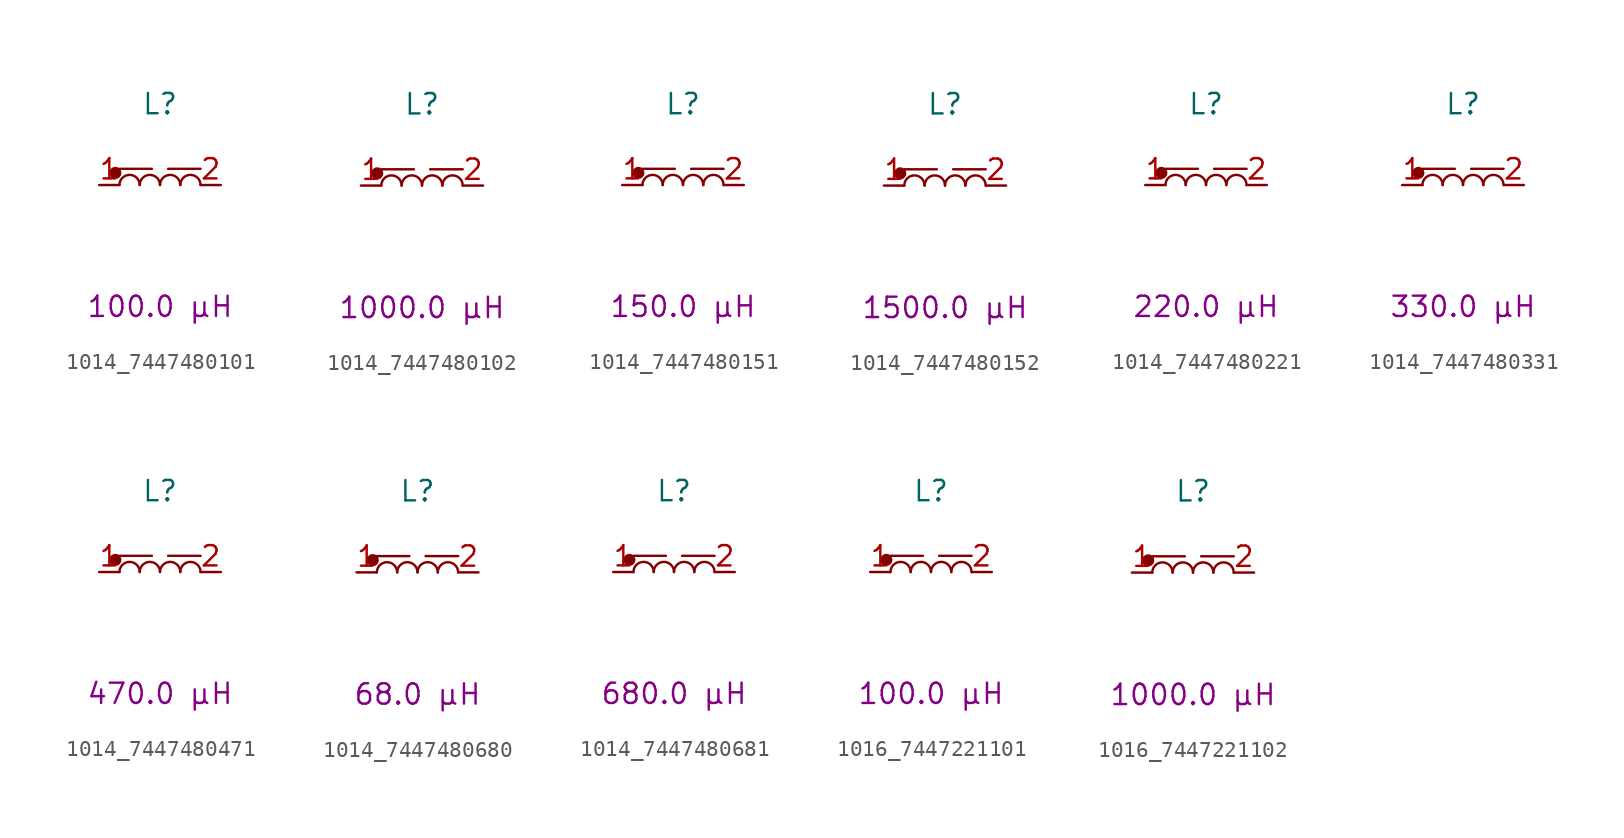
<source format=kicad_sym>
(kicad_symbol_lib
  (version 20220914)
  (generator kicad_symbol_editor)
  (symbol "1014_7447480101"
    (pin_names hide)
    (property "Reference" "L"
      (at 0 5.08 0)
      (effects (font (size 1.27 1.27))))
    (property "Critical Parameter" "100.0 µH"
      (at 0 -7.62 0)
      (effects (font (size 1.27 1.27))))
    (symbol "1014_7447480101_0_1"
      (arc (start -1.27 0) (mid -1.905 0.6323) (end -2.54 0) (stroke (width 0) (type default)) (fill (type none)))
      (arc (start 0 0) (mid -0.635 0.6323) (end -1.27 0) (stroke (width 0) (type default)) (fill (type none)))
      (polyline (pts (xy -2.54 1.016) (xy -0.508 1.016)) (stroke (width 0) (type default)) (fill (type none)))
      (arc (start 1.27 0) (mid 0.635 0.6323) (end 0 0) (stroke (width 0) (type default)) (fill (type none)))
      (arc (start 2.54 0) (mid 1.905 0.6323) (end 1.27 0) (stroke (width 0) (type default)) (fill (type none))))
    (symbol "1014_7447480101_1_1"
      (circle (center -2.794 0.762) (radius 0.0001) (stroke (width 0.381) (type default)) (fill (type none)))
      (polyline (pts (xy 2.54 1.016) (xy 0.508 1.016)) (stroke (width 0) (type default)) (fill (type none)))
      (pin passive line (at -3.81 0 0) (length 1.27) (name "1" (effects (font (size 1.27 1.27)))) (number "1" (effects (font (size 1.27 1.27)))))
      (pin passive line (at 3.81 0 180) (length 1.27) (name "2" (effects (font (size 1.27 1.27)))) (number "2" (effects (font (size 1.27 1.27)))))))
  (symbol "1014_7447480102"
    (pin_names hide)
    (property "Reference" "L"
      (at 0 5.08 0)
      (effects (font (size 1.27 1.27))))
    (property "Critical Parameter" "1000.0 µH"
      (at 0 -7.62 0)
      (effects (font (size 1.27 1.27))))
    (symbol "1014_7447480102_0_1"
      (arc (start -1.27 0) (mid -1.905 0.6323) (end -2.54 0) (stroke (width 0) (type default)) (fill (type none)))
      (arc (start 0 0) (mid -0.635 0.6323) (end -1.27 0) (stroke (width 0) (type default)) (fill (type none)))
      (polyline (pts (xy -2.54 1.016) (xy -0.508 1.016)) (stroke (width 0) (type default)) (fill (type none)))
      (arc (start 1.27 0) (mid 0.635 0.6323) (end 0 0) (stroke (width 0) (type default)) (fill (type none)))
      (arc (start 2.54 0) (mid 1.905 0.6323) (end 1.27 0) (stroke (width 0) (type default)) (fill (type none))))
    (symbol "1014_7447480102_1_1"
      (circle (center -2.794 0.762) (radius 0.0001) (stroke (width 0.381) (type default)) (fill (type none)))
      (polyline (pts (xy 2.54 1.016) (xy 0.508 1.016)) (stroke (width 0) (type default)) (fill (type none)))
      (pin passive line (at -3.81 0 0) (length 1.27) (name "1" (effects (font (size 1.27 1.27)))) (number "1" (effects (font (size 1.27 1.27)))))
      (pin passive line (at 3.81 0 180) (length 1.27) (name "2" (effects (font (size 1.27 1.27)))) (number "2" (effects (font (size 1.27 1.27)))))))
  (symbol "1014_7447480151"
    (pin_names hide)
    (property "Reference" "L"
      (at 0 5.08 0)
      (effects (font (size 1.27 1.27))))
    (property "Critical Parameter" "150.0 µH"
      (at 0 -7.62 0)
      (effects (font (size 1.27 1.27))))
    (symbol "1014_7447480151_0_1"
      (arc (start -1.27 0) (mid -1.905 0.6323) (end -2.54 0) (stroke (width 0) (type default)) (fill (type none)))
      (arc (start 0 0) (mid -0.635 0.6323) (end -1.27 0) (stroke (width 0) (type default)) (fill (type none)))
      (polyline (pts (xy -2.54 1.016) (xy -0.508 1.016)) (stroke (width 0) (type default)) (fill (type none)))
      (arc (start 1.27 0) (mid 0.635 0.6323) (end 0 0) (stroke (width 0) (type default)) (fill (type none)))
      (arc (start 2.54 0) (mid 1.905 0.6323) (end 1.27 0) (stroke (width 0) (type default)) (fill (type none))))
    (symbol "1014_7447480151_1_1"
      (circle (center -2.794 0.762) (radius 0.0001) (stroke (width 0.381) (type default)) (fill (type none)))
      (polyline (pts (xy 2.54 1.016) (xy 0.508 1.016)) (stroke (width 0) (type default)) (fill (type none)))
      (pin passive line (at -3.81 0 0) (length 1.27) (name "1" (effects (font (size 1.27 1.27)))) (number "1" (effects (font (size 1.27 1.27)))))
      (pin passive line (at 3.81 0 180) (length 1.27) (name "2" (effects (font (size 1.27 1.27)))) (number "2" (effects (font (size 1.27 1.27)))))))
  (symbol "1014_7447480152"
    (pin_names hide)
    (property "Reference" "L"
      (at 0 5.08 0)
      (effects (font (size 1.27 1.27))))
    (property "Critical Parameter" "1500.0 µH"
      (at 0 -7.62 0)
      (effects (font (size 1.27 1.27))))
    (symbol "1014_7447480152_0_1"
      (arc (start -1.27 0) (mid -1.905 0.6323) (end -2.54 0) (stroke (width 0) (type default)) (fill (type none)))
      (arc (start 0 0) (mid -0.635 0.6323) (end -1.27 0) (stroke (width 0) (type default)) (fill (type none)))
      (polyline (pts (xy -2.54 1.016) (xy -0.508 1.016)) (stroke (width 0) (type default)) (fill (type none)))
      (arc (start 1.27 0) (mid 0.635 0.6323) (end 0 0) (stroke (width 0) (type default)) (fill (type none)))
      (arc (start 2.54 0) (mid 1.905 0.6323) (end 1.27 0) (stroke (width 0) (type default)) (fill (type none))))
    (symbol "1014_7447480152_1_1"
      (circle (center -2.794 0.762) (radius 0.0001) (stroke (width 0.381) (type default)) (fill (type none)))
      (polyline (pts (xy 2.54 1.016) (xy 0.508 1.016)) (stroke (width 0) (type default)) (fill (type none)))
      (pin passive line (at -3.81 0 0) (length 1.27) (name "1" (effects (font (size 1.27 1.27)))) (number "1" (effects (font (size 1.27 1.27)))))
      (pin passive line (at 3.81 0 180) (length 1.27) (name "2" (effects (font (size 1.27 1.27)))) (number "2" (effects (font (size 1.27 1.27)))))))
  (symbol "1014_7447480221"
    (pin_names hide)
    (property "Reference" "L"
      (at 0 5.08 0)
      (effects (font (size 1.27 1.27))))
    (property "Critical Parameter" "220.0 µH"
      (at 0 -7.62 0)
      (effects (font (size 1.27 1.27))))
    (symbol "1014_7447480221_0_1"
      (arc (start -1.27 0) (mid -1.905 0.6323) (end -2.54 0) (stroke (width 0) (type default)) (fill (type none)))
      (arc (start 0 0) (mid -0.635 0.6323) (end -1.27 0) (stroke (width 0) (type default)) (fill (type none)))
      (polyline (pts (xy -2.54 1.016) (xy -0.508 1.016)) (stroke (width 0) (type default)) (fill (type none)))
      (arc (start 1.27 0) (mid 0.635 0.6323) (end 0 0) (stroke (width 0) (type default)) (fill (type none)))
      (arc (start 2.54 0) (mid 1.905 0.6323) (end 1.27 0) (stroke (width 0) (type default)) (fill (type none))))
    (symbol "1014_7447480221_1_1"
      (circle (center -2.794 0.762) (radius 0.0001) (stroke (width 0.381) (type default)) (fill (type none)))
      (polyline (pts (xy 2.54 1.016) (xy 0.508 1.016)) (stroke (width 0) (type default)) (fill (type none)))
      (pin passive line (at -3.81 0 0) (length 1.27) (name "1" (effects (font (size 1.27 1.27)))) (number "1" (effects (font (size 1.27 1.27)))))
      (pin passive line (at 3.81 0 180) (length 1.27) (name "2" (effects (font (size 1.27 1.27)))) (number "2" (effects (font (size 1.27 1.27)))))))
  (symbol "1014_7447480331"
    (pin_names hide)
    (property "Reference" "L"
      (at 0 5.08 0)
      (effects (font (size 1.27 1.27))))
    (property "Critical Parameter" "330.0 µH"
      (at 0 -7.62 0)
      (effects (font (size 1.27 1.27))))
    (symbol "1014_7447480331_0_1"
      (arc (start -1.27 0) (mid -1.905 0.6323) (end -2.54 0) (stroke (width 0) (type default)) (fill (type none)))
      (arc (start 0 0) (mid -0.635 0.6323) (end -1.27 0) (stroke (width 0) (type default)) (fill (type none)))
      (polyline (pts (xy -2.54 1.016) (xy -0.508 1.016)) (stroke (width 0) (type default)) (fill (type none)))
      (arc (start 1.27 0) (mid 0.635 0.6323) (end 0 0) (stroke (width 0) (type default)) (fill (type none)))
      (arc (start 2.54 0) (mid 1.905 0.6323) (end 1.27 0) (stroke (width 0) (type default)) (fill (type none))))
    (symbol "1014_7447480331_1_1"
      (circle (center -2.794 0.762) (radius 0.0001) (stroke (width 0.381) (type default)) (fill (type none)))
      (polyline (pts (xy 2.54 1.016) (xy 0.508 1.016)) (stroke (width 0) (type default)) (fill (type none)))
      (pin passive line (at -3.81 0 0) (length 1.27) (name "1" (effects (font (size 1.27 1.27)))) (number "1" (effects (font (size 1.27 1.27)))))
      (pin passive line (at 3.81 0 180) (length 1.27) (name "2" (effects (font (size 1.27 1.27)))) (number "2" (effects (font (size 1.27 1.27)))))))
  (symbol "1014_7447480471"
    (pin_names hide)
    (property "Reference" "L"
      (at 0 5.08 0)
      (effects (font (size 1.27 1.27))))
    (property "Critical Parameter" "470.0 µH"
      (at 0 -7.62 0)
      (effects (font (size 1.27 1.27))))
    (symbol "1014_7447480471_0_1"
      (arc (start -1.27 0) (mid -1.905 0.6323) (end -2.54 0) (stroke (width 0) (type default)) (fill (type none)))
      (arc (start 0 0) (mid -0.635 0.6323) (end -1.27 0) (stroke (width 0) (type default)) (fill (type none)))
      (polyline (pts (xy -2.54 1.016) (xy -0.508 1.016)) (stroke (width 0) (type default)) (fill (type none)))
      (arc (start 1.27 0) (mid 0.635 0.6323) (end 0 0) (stroke (width 0) (type default)) (fill (type none)))
      (arc (start 2.54 0) (mid 1.905 0.6323) (end 1.27 0) (stroke (width 0) (type default)) (fill (type none))))
    (symbol "1014_7447480471_1_1"
      (circle (center -2.794 0.762) (radius 0.0001) (stroke (width 0.381) (type default)) (fill (type none)))
      (polyline (pts (xy 2.54 1.016) (xy 0.508 1.016)) (stroke (width 0) (type default)) (fill (type none)))
      (pin passive line (at -3.81 0 0) (length 1.27) (name "1" (effects (font (size 1.27 1.27)))) (number "1" (effects (font (size 1.27 1.27)))))
      (pin passive line (at 3.81 0 180) (length 1.27) (name "2" (effects (font (size 1.27 1.27)))) (number "2" (effects (font (size 1.27 1.27)))))))
  (symbol "1014_7447480680"
    (pin_names hide)
    (property "Reference" "L"
      (at 0 5.08 0)
      (effects (font (size 1.27 1.27))))
    (property "Critical Parameter" "68.0 µH"
      (at 0 -7.62 0)
      (effects (font (size 1.27 1.27))))
    (symbol "1014_7447480680_0_1"
      (arc (start -1.27 0) (mid -1.905 0.6323) (end -2.54 0) (stroke (width 0) (type default)) (fill (type none)))
      (arc (start 0 0) (mid -0.635 0.6323) (end -1.27 0) (stroke (width 0) (type default)) (fill (type none)))
      (polyline (pts (xy -2.54 1.016) (xy -0.508 1.016)) (stroke (width 0) (type default)) (fill (type none)))
      (arc (start 1.27 0) (mid 0.635 0.6323) (end 0 0) (stroke (width 0) (type default)) (fill (type none)))
      (arc (start 2.54 0) (mid 1.905 0.6323) (end 1.27 0) (stroke (width 0) (type default)) (fill (type none))))
    (symbol "1014_7447480680_1_1"
      (circle (center -2.794 0.762) (radius 0.0001) (stroke (width 0.381) (type default)) (fill (type none)))
      (polyline (pts (xy 2.54 1.016) (xy 0.508 1.016)) (stroke (width 0) (type default)) (fill (type none)))
      (pin passive line (at -3.81 0 0) (length 1.27) (name "1" (effects (font (size 1.27 1.27)))) (number "1" (effects (font (size 1.27 1.27)))))
      (pin passive line (at 3.81 0 180) (length 1.27) (name "2" (effects (font (size 1.27 1.27)))) (number "2" (effects (font (size 1.27 1.27)))))))
  (symbol "1014_7447480681"
    (pin_names hide)
    (property "Reference" "L"
      (at 0 5.08 0)
      (effects (font (size 1.27 1.27))))
    (property "Critical Parameter" "680.0 µH"
      (at 0 -7.62 0)
      (effects (font (size 1.27 1.27))))
    (symbol "1014_7447480681_0_1"
      (arc (start -1.27 0) (mid -1.905 0.6323) (end -2.54 0) (stroke (width 0) (type default)) (fill (type none)))
      (arc (start 0 0) (mid -0.635 0.6323) (end -1.27 0) (stroke (width 0) (type default)) (fill (type none)))
      (polyline (pts (xy -2.54 1.016) (xy -0.508 1.016)) (stroke (width 0) (type default)) (fill (type none)))
      (arc (start 1.27 0) (mid 0.635 0.6323) (end 0 0) (stroke (width 0) (type default)) (fill (type none)))
      (arc (start 2.54 0) (mid 1.905 0.6323) (end 1.27 0) (stroke (width 0) (type default)) (fill (type none))))
    (symbol "1014_7447480681_1_1"
      (circle (center -2.794 0.762) (radius 0.0001) (stroke (width 0.381) (type default)) (fill (type none)))
      (polyline (pts (xy 2.54 1.016) (xy 0.508 1.016)) (stroke (width 0) (type default)) (fill (type none)))
      (pin passive line (at -3.81 0 0) (length 1.27) (name "1" (effects (font (size 1.27 1.27)))) (number "1" (effects (font (size 1.27 1.27)))))
      (pin passive line (at 3.81 0 180) (length 1.27) (name "2" (effects (font (size 1.27 1.27)))) (number "2" (effects (font (size 1.27 1.27)))))))
  (symbol "1016_7447221101"
    (pin_names hide)
    (property "Reference" "L"
      (at 0 5.08 0)
      (effects (font (size 1.27 1.27))))
    (property "Critical Parameter" "100.0 µH"
      (at 0 -7.62 0)
      (effects (font (size 1.27 1.27))))
    (symbol "1016_7447221101_0_1"
      (arc (start -1.27 0) (mid -1.905 0.6323) (end -2.54 0) (stroke (width 0) (type default)) (fill (type none)))
      (arc (start 0 0) (mid -0.635 0.6323) (end -1.27 0) (stroke (width 0) (type default)) (fill (type none)))
      (polyline (pts (xy -2.54 1.016) (xy -0.508 1.016)) (stroke (width 0) (type default)) (fill (type none)))
      (arc (start 1.27 0) (mid 0.635 0.6323) (end 0 0) (stroke (width 0) (type default)) (fill (type none)))
      (arc (start 2.54 0) (mid 1.905 0.6323) (end 1.27 0) (stroke (width 0) (type default)) (fill (type none))))
    (symbol "1016_7447221101_1_1"
      (circle (center -2.794 0.762) (radius 0.0001) (stroke (width 0.381) (type default)) (fill (type none)))
      (polyline (pts (xy 2.54 1.016) (xy 0.508 1.016)) (stroke (width 0) (type default)) (fill (type none)))
      (pin passive line (at -3.81 0 0) (length 1.27) (name "1" (effects (font (size 1.27 1.27)))) (number "1" (effects (font (size 1.27 1.27)))))
      (pin passive line (at 3.81 0 180) (length 1.27) (name "2" (effects (font (size 1.27 1.27)))) (number "2" (effects (font (size 1.27 1.27)))))))
  (symbol "1016_7447221102"
    (pin_names hide)
    (property "Reference" "L"
      (at 0 5.08 0)
      (effects (font (size 1.27 1.27))))
    (property "Critical Parameter" "1000.0 µH"
      (at 0 -7.62 0)
      (effects (font (size 1.27 1.27))))
    (symbol "1016_7447221102_0_1"
      (arc (start -1.27 0) (mid -1.905 0.6323) (end -2.54 0) (stroke (width 0) (type default)) (fill (type none)))
      (arc (start 0 0) (mid -0.635 0.6323) (end -1.27 0) (stroke (width 0) (type default)) (fill (type none)))
      (polyline (pts (xy -2.54 1.016) (xy -0.508 1.016)) (stroke (width 0) (type default)) (fill (type none)))
      (arc (start 1.27 0) (mid 0.635 0.6323) (end 0 0) (stroke (width 0) (type default)) (fill (type none)))
      (arc (start 2.54 0) (mid 1.905 0.6323) (end 1.27 0) (stroke (width 0) (type default)) (fill (type none))))
    (symbol "1016_7447221102_1_1"
      (circle (center -2.794 0.762) (radius 0.0001) (stroke (width 0.381) (type default)) (fill (type none)))
      (polyline (pts (xy 2.54 1.016) (xy 0.508 1.016)) (stroke (width 0) (type default)) (fill (type none)))
      (pin passive line (at -3.81 0 0) (length 1.27) (name "1" (effects (font (size 1.27 1.27)))) (number "1" (effects (font (size 1.27 1.27)))))
      (pin passive line (at 3.81 0 180) (length 1.27) (name "2" (effects (font (size 1.27 1.27)))) (number "2" (effects (font (size 1.27 1.27))))))))
</source>
